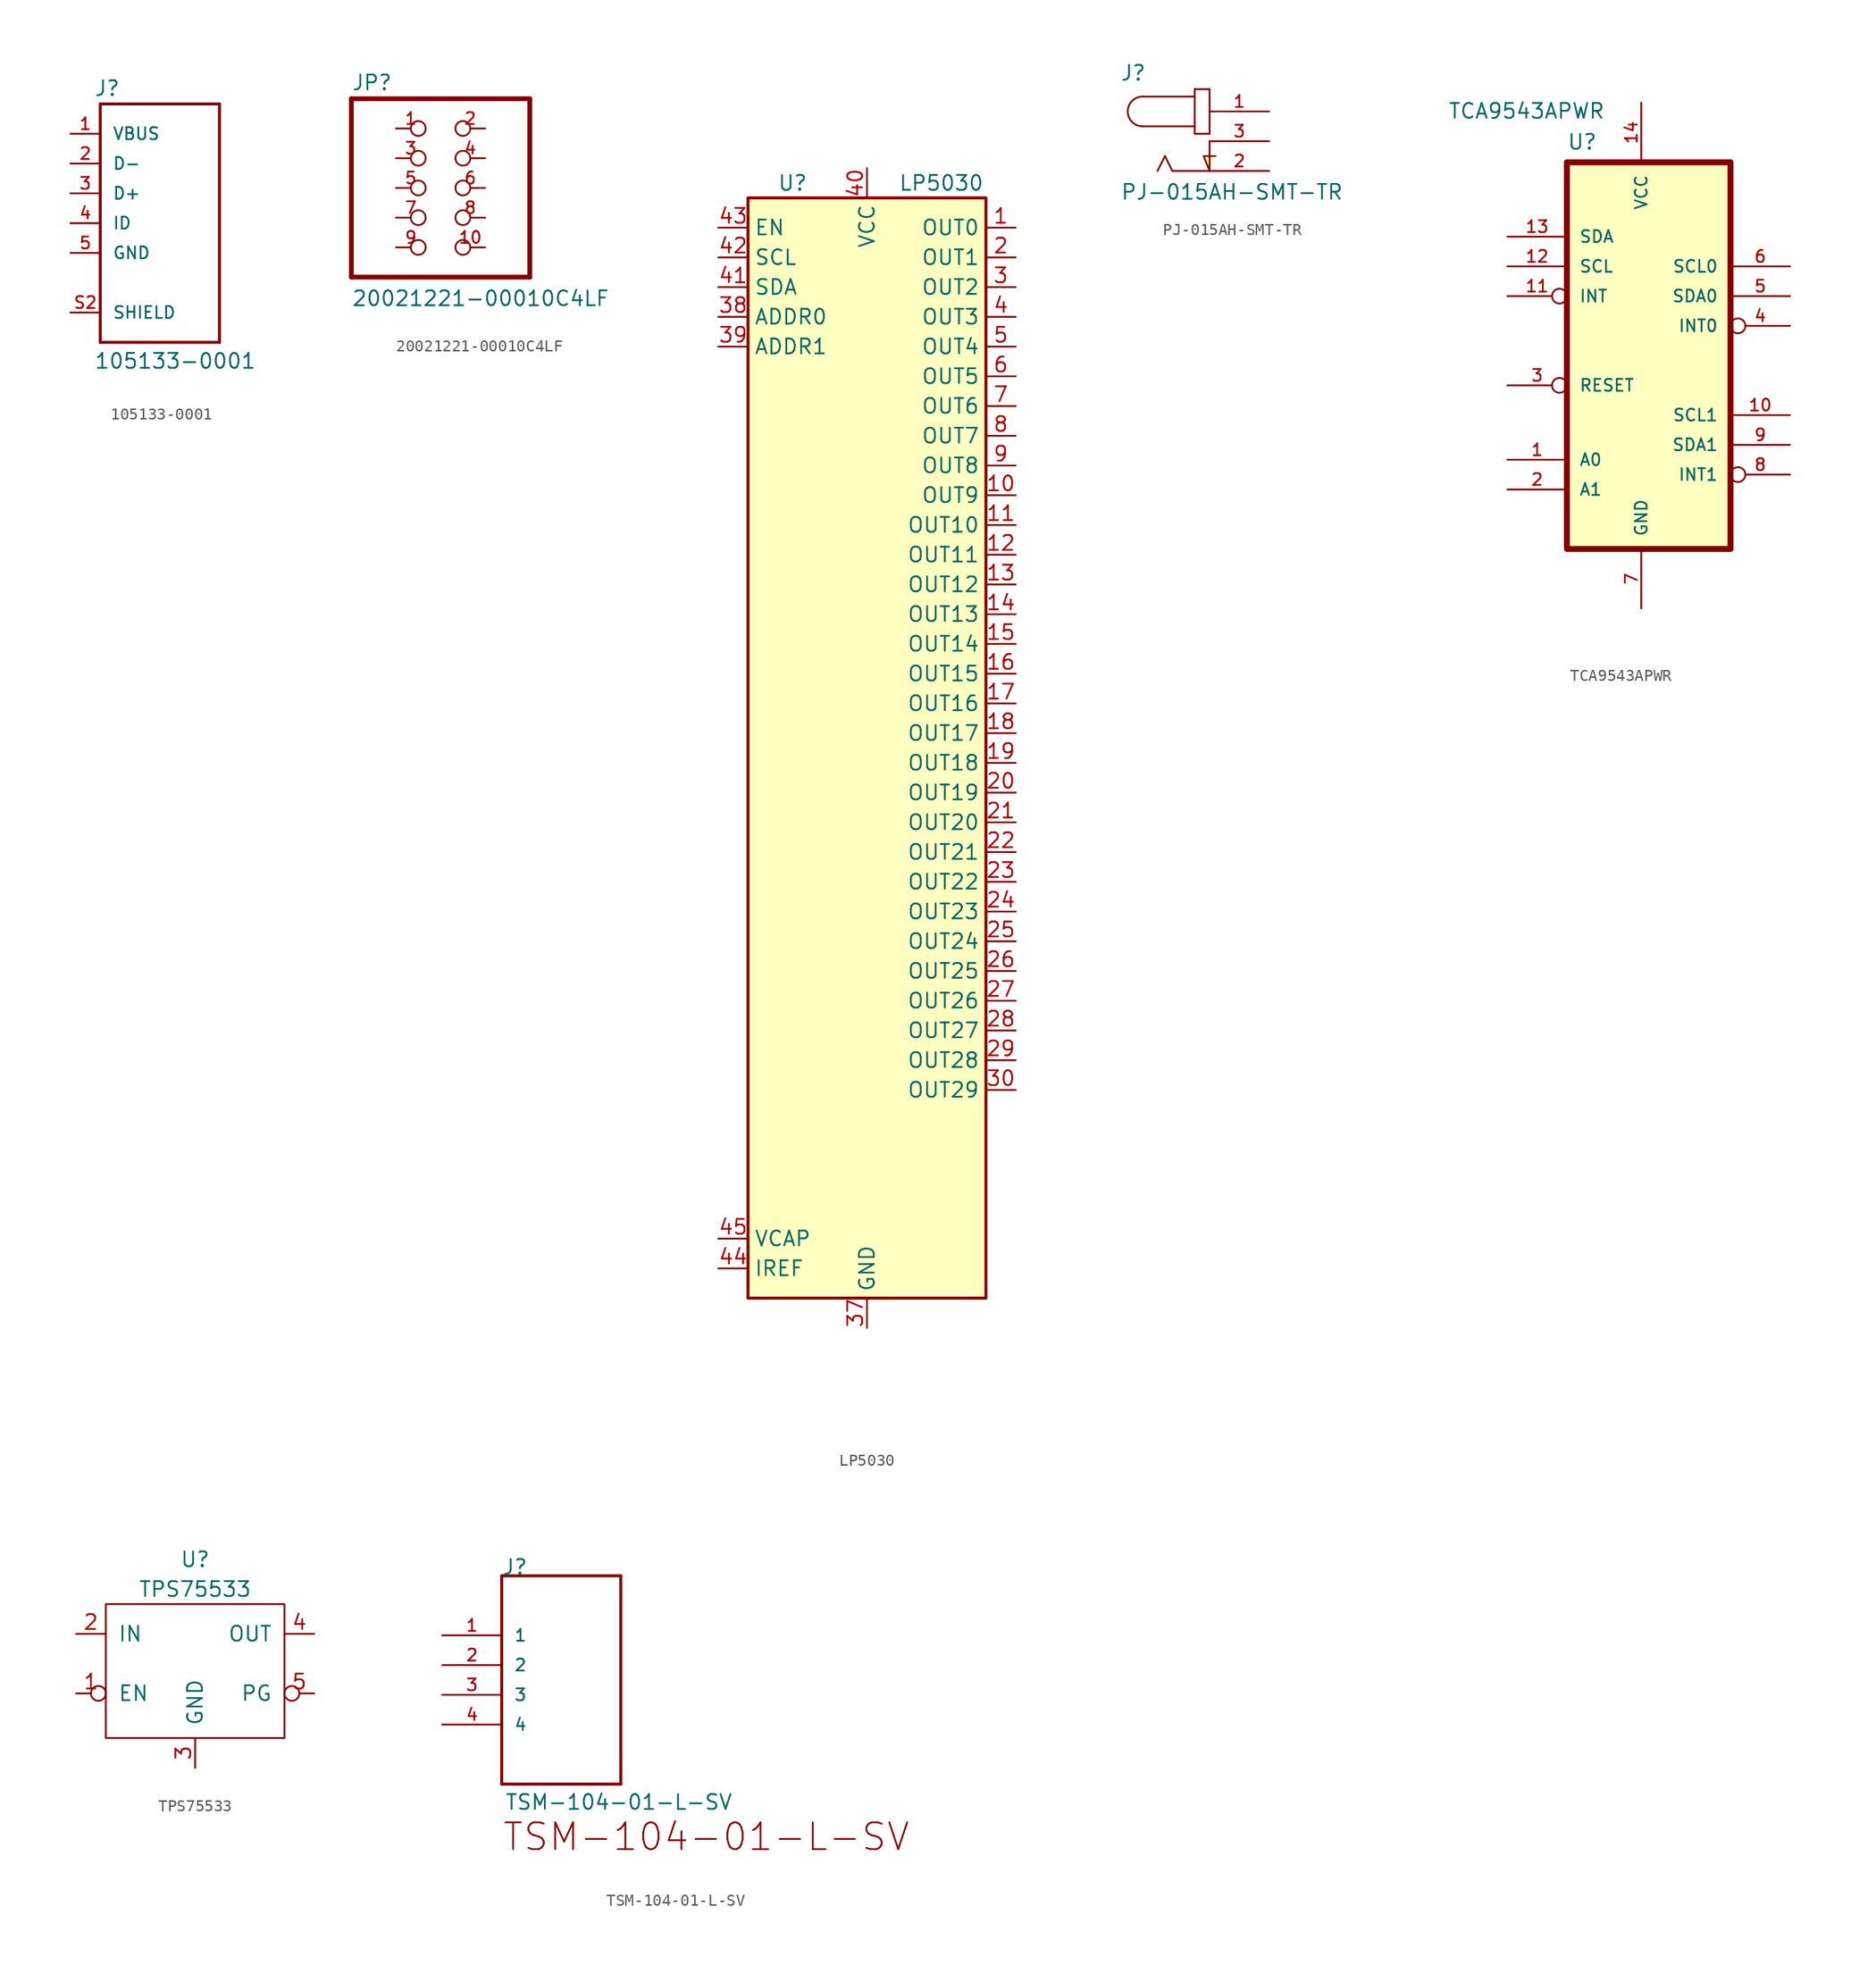
<source format=kicad_sym>
(kicad_symbol_lib
  (version 20241209)
  (generator "kicad_symbol_editor")
  (generator_version "9.0")
  (symbol "105133-0001"
    (pin_names
      (offset 1.016))
    (property "Reference" "J"
      (at -5.613 10.744 0)
      (effects (font (size 1.27 1.27)) (justify left bottom)))
    (property "Value" "105133-0001"
      (at -5.613 -12.497 0)
      (effects (font (size 1.27 1.27)) (justify left bottom)))
    (property "ki_locked" ""
      (at 0 0 0)
      (effects (font (size 1.27 1.27))))
    (symbol "105133-0001_0_0"
      (polyline (pts (xy -5.08 10.16) (xy 5.08 10.16)) (stroke (width 0.254) (type solid)) (fill (type none)))
      (polyline (pts (xy -5.08 -10.16) (xy -5.08 10.16)) (stroke (width 0.254) (type solid)) (fill (type none)))
      (polyline (pts (xy 5.08 10.16) (xy 5.08 -10.16)) (stroke (width 0.254) (type solid)) (fill (type none)))
      (polyline (pts (xy 5.08 -10.16) (xy -5.08 -10.16)) (stroke (width 0.254) (type solid)) (fill (type none)))
      (pin power_out line (at -7.62 7.62 0) (length 2.54) (name "VBUS" (effects (font (size 1.016 1.016)))) (number "1" (effects (font (size 1.016 1.016)))))
      (pin bidirectional line (at -7.62 5.08 0) (length 2.54) (name "D-" (effects (font (size 1.016 1.016)))) (number "2" (effects (font (size 1.016 1.016)))))
      (pin bidirectional line (at -7.62 2.54 0) (length 2.54) (name "D+" (effects (font (size 1.016 1.016)))) (number "3" (effects (font (size 1.016 1.016)))))
      (pin input line (at -7.62 0 0) (length 2.54) (name "ID" (effects (font (size 1.016 1.016)))) (number "4" (effects (font (size 1.016 1.016)))))
      (pin power_out line (at -7.62 -2.54 0) (length 2.54) (name "GND" (effects (font (size 1.016 1.016)))) (number "5" (effects (font (size 1.016 1.016)))))
      (pin unspecified line (at -7.62 -7.62 0) (length 2.54) (name "SHIELD" (effects (font (size 1.016 1.016)))) (number "S2" (effects (font (size 1.016 1.016)))))))
  (symbol "20021221-00010C4LF"
    (pin_names
      (offset 1.016)
      (hide yes))
    (property "Reference" "JP"
      (at -6.35 8.255 0)
      (effects (font (size 1.27 1.27)) (justify left bottom)))
    (property "Value" "20021221-00010C4LF"
      (at -6.35 -10.185 0)
      (effects (font (size 1.27 1.27)) (justify left bottom)))
    (symbol "20021221-00010C4LF_0_0"
      (polyline (pts (xy -6.35 7.62) (xy -6.35 -7.62)) (stroke (width 0.406) (type solid)) (fill (type none)))
      (polyline (pts (xy -6.35 -7.62) (xy 8.89 -7.62)) (stroke (width 0.406) (type solid)) (fill (type none)))
      (polyline (pts (xy 8.89 7.62) (xy -6.35 7.62)) (stroke (width 0.406) (type solid)) (fill (type none)))
      (polyline (pts (xy 8.89 -7.62) (xy 8.89 7.62)) (stroke (width 0.406) (type solid)) (fill (type none)))
      (pin passive inverted (at -2.54 5.08 0) (length 2.54) (name "~" (effects (font (size 1.016 1.016)))) (number "1" (effects (font (size 1.016 1.016)))))
      (pin passive inverted (at -2.54 2.54 0) (length 2.54) (name "~" (effects (font (size 1.016 1.016)))) (number "3" (effects (font (size 1.016 1.016)))))
      (pin passive inverted (at -2.54 0 0) (length 2.54) (name "~" (effects (font (size 1.016 1.016)))) (number "5" (effects (font (size 1.016 1.016)))))
      (pin passive inverted (at -2.54 -2.54 0) (length 2.54) (name "~" (effects (font (size 1.016 1.016)))) (number "7" (effects (font (size 1.016 1.016)))))
      (pin passive inverted (at -2.54 -5.08 0) (length 2.54) (name "~" (effects (font (size 1.016 1.016)))) (number "9" (effects (font (size 1.016 1.016)))))
      (pin passive inverted (at 5.08 5.08 180) (length 2.54) (name "~" (effects (font (size 1.016 1.016)))) (number "2" (effects (font (size 1.016 1.016)))))
      (pin passive inverted (at 5.08 2.54 180) (length 2.54) (name "~" (effects (font (size 1.016 1.016)))) (number "4" (effects (font (size 1.016 1.016)))))
      (pin passive inverted (at 5.08 0 180) (length 2.54) (name "~" (effects (font (size 1.016 1.016)))) (number "6" (effects (font (size 1.016 1.016)))))
      (pin passive inverted (at 5.08 -2.54 180) (length 2.54) (name "~" (effects (font (size 1.016 1.016)))) (number "8" (effects (font (size 1.016 1.016)))))
      (pin passive inverted (at 5.08 -5.08 180) (length 2.54) (name "~" (effects (font (size 1.016 1.016)))) (number "10" (effects (font (size 1.016 1.016)))))))
  (symbol "LP5030"
    (property "Reference" "U"
      (at -6.35 49.53 0)
      (effects (font (size 1.27 1.27))))
    (property "Value" "LP5030"
      (at 6.35 49.53 0)
      (effects (font (size 1.27 1.27))))
    (symbol "LP5030_0_1"
      (rectangle (start -10.16 48.26) (end 10.16 -45.72) (stroke (width 0.254) (type solid)) (fill (type background))))
    (symbol "LP5030_1_1"
      (pin input line (at -12.7 45.72 0) (length 2.54) (name "EN" (effects (font (size 1.27 1.27)))) (number "43" (effects (font (size 1.27 1.27)))))
      (pin input line (at -12.7 43.18 0) (length 2.54) (name "SCL" (effects (font (size 1.27 1.27)))) (number "42" (effects (font (size 1.27 1.27)))))
      (pin bidirectional line (at -12.7 40.64 0) (length 2.54) (name "SDA" (effects (font (size 1.27 1.27)))) (number "41" (effects (font (size 1.27 1.27)))))
      (pin input line (at -12.7 38.1 0) (length 2.54) (name "ADDR0" (effects (font (size 1.27 1.27)))) (number "38" (effects (font (size 1.27 1.27)))))
      (pin input line (at -12.7 35.56 0) (length 2.54) (name "ADDR1" (effects (font (size 1.27 1.27)))) (number "39" (effects (font (size 1.27 1.27)))))
      (pin passive line (at -12.7 -40.64 0) (length 2.54) (name "VCAP" (effects (font (size 1.27 1.27)))) (number "45" (effects (font (size 1.27 1.27)))))
      (pin passive line (at -12.7 -43.18 0) (length 2.54) (name "IREF" (effects (font (size 1.27 1.27)))) (number "44" (effects (font (size 1.27 1.27)))))
      (pin power_in line (at 0 50.8 270) (length 2.54) (name "VCC" (effects (font (size 1.27 1.27)))) (number "40" (effects (font (size 1.27 1.27)))))
      (pin power_in line (at 0 -48.26 90) (length 2.54) (name "GND" (effects (font (size 1.27 1.27)))) (number "37" (effects (font (size 1.27 1.27)))))
      (pin passive line (at 0 -48.26 90) (length 2.54) (hide yes) (name "GND" (effects (font (size 1.27 1.27)))) (number "46" (effects (font (size 1.27 1.27)))))
      (pin passive line (at 0 -48.26 90) (length 2.54) (hide yes) (name "GND" (effects (font (size 1.27 1.27)))) (number "47" (effects (font (size 1.27 1.27)))))
      (pin power_out line (at 12.7 45.72 180) (length 2.54) (name "OUT0" (effects (font (size 1.27 1.27)))) (number "1" (effects (font (size 1.27 1.27)))))
      (pin power_out line (at 12.7 43.18 180) (length 2.54) (name "OUT1" (effects (font (size 1.27 1.27)))) (number "2" (effects (font (size 1.27 1.27)))))
      (pin power_out line (at 12.7 40.64 180) (length 2.54) (name "OUT2" (effects (font (size 1.27 1.27)))) (number "3" (effects (font (size 1.27 1.27)))))
      (pin power_out line (at 12.7 38.1 180) (length 2.54) (name "OUT3" (effects (font (size 1.27 1.27)))) (number "4" (effects (font (size 1.27 1.27)))))
      (pin power_out line (at 12.7 35.56 180) (length 2.54) (name "OUT4" (effects (font (size 1.27 1.27)))) (number "5" (effects (font (size 1.27 1.27)))))
      (pin power_out line (at 12.7 33.02 180) (length 2.54) (name "OUT5" (effects (font (size 1.27 1.27)))) (number "6" (effects (font (size 1.27 1.27)))))
      (pin power_out line (at 12.7 30.48 180) (length 2.54) (name "OUT6" (effects (font (size 1.27 1.27)))) (number "7" (effects (font (size 1.27 1.27)))))
      (pin power_out line (at 12.7 27.94 180) (length 2.54) (name "OUT7" (effects (font (size 1.27 1.27)))) (number "8" (effects (font (size 1.27 1.27)))))
      (pin power_out line (at 12.7 25.4 180) (length 2.54) (name "OUT8" (effects (font (size 1.27 1.27)))) (number "9" (effects (font (size 1.27 1.27)))))
      (pin power_out line (at 12.7 22.86 180) (length 2.54) (name "OUT9" (effects (font (size 1.27 1.27)))) (number "10" (effects (font (size 1.27 1.27)))))
      (pin power_out line (at 12.7 20.32 180) (length 2.54) (name "OUT10" (effects (font (size 1.27 1.27)))) (number "11" (effects (font (size 1.27 1.27)))))
      (pin power_out line (at 12.7 17.78 180) (length 2.54) (name "OUT11" (effects (font (size 1.27 1.27)))) (number "12" (effects (font (size 1.27 1.27)))))
      (pin power_out line (at 12.7 15.24 180) (length 2.54) (name "OUT12" (effects (font (size 1.27 1.27)))) (number "13" (effects (font (size 1.27 1.27)))))
      (pin power_out line (at 12.7 12.7 180) (length 2.54) (name "OUT13" (effects (font (size 1.27 1.27)))) (number "14" (effects (font (size 1.27 1.27)))))
      (pin power_out line (at 12.7 10.16 180) (length 2.54) (name "OUT14" (effects (font (size 1.27 1.27)))) (number "15" (effects (font (size 1.27 1.27)))))
      (pin power_out line (at 12.7 7.62 180) (length 2.54) (name "OUT15" (effects (font (size 1.27 1.27)))) (number "16" (effects (font (size 1.27 1.27)))))
      (pin power_out line (at 12.7 5.08 180) (length 2.54) (name "OUT16" (effects (font (size 1.27 1.27)))) (number "17" (effects (font (size 1.27 1.27)))))
      (pin power_out line (at 12.7 2.54 180) (length 2.54) (name "OUT17" (effects (font (size 1.27 1.27)))) (number "18" (effects (font (size 1.27 1.27)))))
      (pin power_out line (at 12.7 0 180) (length 2.54) (name "OUT18" (effects (font (size 1.27 1.27)))) (number "19" (effects (font (size 1.27 1.27)))))
      (pin power_out line (at 12.7 -2.54 180) (length 2.54) (name "OUT19" (effects (font (size 1.27 1.27)))) (number "20" (effects (font (size 1.27 1.27)))))
      (pin power_out line (at 12.7 -5.08 180) (length 2.54) (name "OUT20" (effects (font (size 1.27 1.27)))) (number "21" (effects (font (size 1.27 1.27)))))
      (pin power_out line (at 12.7 -7.62 180) (length 2.54) (name "OUT21" (effects (font (size 1.27 1.27)))) (number "22" (effects (font (size 1.27 1.27)))))
      (pin power_out line (at 12.7 -10.16 180) (length 2.54) (name "OUT22" (effects (font (size 1.27 1.27)))) (number "23" (effects (font (size 1.27 1.27)))))
      (pin power_out line (at 12.7 -12.7 180) (length 2.54) (name "OUT23" (effects (font (size 1.27 1.27)))) (number "24" (effects (font (size 1.27 1.27)))))
      (pin power_out line (at 12.7 -15.24 180) (length 2.54) (name "OUT24" (effects (font (size 1.27 1.27)))) (number "25" (effects (font (size 1.27 1.27)))))
      (pin power_out line (at 12.7 -17.78 180) (length 2.54) (name "OUT25" (effects (font (size 1.27 1.27)))) (number "26" (effects (font (size 1.27 1.27)))))
      (pin power_out line (at 12.7 -20.32 180) (length 2.54) (name "OUT26" (effects (font (size 1.27 1.27)))) (number "27" (effects (font (size 1.27 1.27)))))
      (pin power_out line (at 12.7 -22.86 180) (length 2.54) (name "OUT27" (effects (font (size 1.27 1.27)))) (number "28" (effects (font (size 1.27 1.27)))))
      (pin power_out line (at 12.7 -25.4 180) (length 2.54) (name "OUT28" (effects (font (size 1.27 1.27)))) (number "29" (effects (font (size 1.27 1.27)))))
      (pin power_out line (at 12.7 -27.94 180) (length 2.54) (name "OUT29" (effects (font (size 1.27 1.27)))) (number "30" (effects (font (size 1.27 1.27)))))))
  (symbol "PJ-015AH-SMT-TR"
    (pin_names
      (offset 1.016)
      (hide yes))
    (property "Reference" "J"
      (at -7.645 5.08 0)
      (effects (font (size 1.27 1.27)) (justify left bottom)))
    (property "Value" "PJ-015AH-SMT-TR"
      (at -7.62 -5.08 0)
      (effects (font (size 1.27 1.27)) (justify left bottom)))
    (symbol "PJ-015AH-SMT-TR_0_0"
      (polyline (pts (xy -5.715 3.81) (xy -1.27 3.81)) (stroke (width 0.152) (type solid)) (fill (type none)))
      (arc (start -5.715 1.27) (mid -6.985 2.54) (end -5.715 3.81) (stroke (width 0.1524) (type solid)) (fill (type none)))
      (polyline (pts (xy -3.81 -1.27) (xy -4.445 -2.54)) (stroke (width 0.152) (type solid)) (fill (type none)))
      (polyline (pts (xy -3.175 -2.54) (xy -3.81 -1.27)) (stroke (width 0.152) (type solid)) (fill (type none)))
      (polyline (pts (xy -1.27 4.445) (xy -1.27 3.81)) (stroke (width 0.152) (type solid)) (fill (type none)))
      (polyline (pts (xy -1.27 3.81) (xy -1.27 1.27)) (stroke (width 0.152) (type solid)) (fill (type none)))
      (polyline (pts (xy -1.27 1.27) (xy -5.715 1.27)) (stroke (width 0.152) (type solid)) (fill (type none)))
      (polyline (pts (xy -1.27 1.27) (xy -1.27 0.635)) (stroke (width 0.152) (type solid)) (fill (type none)))
      (polyline (pts (xy -1.27 0.635) (xy 0 0.635)) (stroke (width 0.152) (type solid)) (fill (type none)))
      (polyline (pts (xy 0 4.445) (xy -1.27 4.445)) (stroke (width 0.152) (type solid)) (fill (type none)))
      (polyline (pts (xy 0 0.635) (xy 0 4.445)) (stroke (width 0.152) (type solid)) (fill (type none)))
      (polyline (pts (xy 0 0) (xy 0 -2.54)) (stroke (width 0.152) (type solid)) (fill (type none)))
      (polyline (pts (xy 0 -2.54) (xy -3.175 -2.54)) (stroke (width 0.152) (type solid)) (fill (type none)))
      (polyline (pts (xy 0 -2.54) (xy -0.508 -1.27) (xy 0.508 -1.27)) (stroke (width 0.152) (type solid)) (fill (type background)))
      (pin passive line (at 5.08 2.54 180) (length 5.08) (name "~" (effects (font (size 1.016 1.016)))) (number "1" (effects (font (size 1.016 1.016)))))
      (pin passive line (at 5.08 0 180) (length 5.08) (name "~" (effects (font (size 1.016 1.016)))) (number "3" (effects (font (size 1.016 1.016)))))
      (pin passive line (at 5.08 -2.54 180) (length 5.08) (name "~" (effects (font (size 1.016 1.016)))) (number "2" (effects (font (size 1.016 1.016)))))))
  (symbol "TCA9543APWR"
    (pin_names
      (offset 1.016))
    (property "Reference" "U"
      (at -6.35 17.501 0)
      (effects (font (size 1.27 1.27)) (justify left bottom)))
    (property "Value" "TCA9543APWR"
      (at -16.51 20.142 0)
      (effects (font (size 1.27 1.27)) (justify left bottom)))
    (symbol "TCA9543APWR_0_0"
      (pin bidirectional line (at -11.43 10.16 0) (length 5.08) (name "SDA" (effects (font (size 1.016 1.016)))) (number "13" (effects (font (size 1.016 1.016)))))
      (pin bidirectional line (at -11.43 7.62 0) (length 5.08) (name "SCL" (effects (font (size 1.016 1.016)))) (number "12" (effects (font (size 1.016 1.016)))))
      (pin output inverted (at -11.43 5.08 0) (length 5.08) (name "INT" (effects (font (size 1.016 1.016)))) (number "11" (effects (font (size 1.016 1.016)))))
      (pin input inverted (at -11.43 -2.54 0) (length 5.08) (name "RESET" (effects (font (size 1.016 1.016)))) (number "3" (effects (font (size 1.016 1.016)))))
      (pin input line (at -11.43 -8.89 0) (length 5.08) (name "A0" (effects (font (size 1.016 1.016)))) (number "1" (effects (font (size 1.016 1.016)))))
      (pin input line (at -11.43 -11.43 0) (length 5.08) (name "A1" (effects (font (size 1.016 1.016)))) (number "2" (effects (font (size 1.016 1.016)))))
      (pin power_in line (at 0 21.59 270) (length 5.08) (name "VCC" (effects (font (size 1.016 1.016)))) (number "14" (effects (font (size 1.016 1.016)))))
      (pin power_in line (at 0 -21.59 90) (length 5.08) (name "GND" (effects (font (size 1.016 1.016)))) (number "7" (effects (font (size 1.016 1.016)))))
      (pin bidirectional line (at 12.7 7.62 180) (length 5.08) (name "SCL0" (effects (font (size 1.016 1.016)))) (number "6" (effects (font (size 1.016 1.016)))))
      (pin bidirectional line (at 12.7 5.08 180) (length 5.08) (name "SDA0" (effects (font (size 1.016 1.016)))) (number "5" (effects (font (size 1.016 1.016)))))
      (pin input inverted (at 12.7 2.54 180) (length 5.08) (name "INT0" (effects (font (size 1.016 1.016)))) (number "4" (effects (font (size 1.016 1.016)))))
      (pin bidirectional line (at 12.7 -5.08 180) (length 5.08) (name "SCL1" (effects (font (size 1.016 1.016)))) (number "10" (effects (font (size 1.016 1.016)))))
      (pin bidirectional line (at 12.7 -7.62 180) (length 5.08) (name "SDA1" (effects (font (size 1.016 1.016)))) (number "9" (effects (font (size 1.016 1.016)))))
      (pin input inverted (at 12.7 -10.16 180) (length 5.08) (name "INT1" (effects (font (size 1.016 1.016)))) (number "8" (effects (font (size 1.016 1.016))))))
    (symbol "TCA9543APWR_1_1"
      (rectangle (start -6.35 16.51) (end 7.62 -16.51) (stroke (width 0.508) (type solid)) (fill (type background)))))
  (symbol "TPS75533"
    (pin_names
      (offset 1.016))
    (property "Reference" "U"
      (at 0 1.27 0)
      (effects (font (size 1.27 1.27))))
    (property "Value" "TPS75533"
      (at 0 -1.27 0)
      (effects (font (size 1.27 1.27))))
    (symbol "TPS75533_0_1"
      (rectangle (start -7.62 -2.54) (end 7.62 -13.97) (stroke (width 0) (type solid)) (fill (type none))))
    (symbol "TPS75533_1_1"
      (pin power_in line (at -10.16 -5.08 0) (length 2.54) (name "IN" (effects (font (size 1.27 1.27)))) (number "2" (effects (font (size 1.27 1.27)))))
      (pin input inverted (at -10.16 -10.16 0) (length 2.54) (name "EN" (effects (font (size 1.27 1.27)))) (number "1" (effects (font (size 1.27 1.27)))))
      (pin passive line (at 0 -16.51 90) (length 2.54) (name "GND" (effects (font (size 1.27 1.27)))) (number "3" (effects (font (size 1.27 1.27)))))
      (pin power_out line (at 10.16 -5.08 180) (length 2.54) (name "OUT" (effects (font (size 1.27 1.27)))) (number "4" (effects (font (size 1.27 1.27)))))
      (pin output inverted (at 10.16 -10.16 180) (length 2.54) (name "PG" (effects (font (size 1.27 1.27)))) (number "5" (effects (font (size 1.27 1.27)))))))
  (symbol "TSM-104-01-L-SV"
    (pin_names
      (offset 1.016))
    (property "Reference" "J"
      (at 0 5.08 0)
      (effects (font (size 1.27 1.27)) (justify left bottom)))
    (property "Value" "TSM-104-01-L-SV"
      (at 0.254 -14.986 0)
      (effects (font (size 1.27 1.27)) (justify left bottom)))
    (symbol "TSM-104-01-L-SV_0_0"
      (polyline (pts (xy 0 5.08) (xy 10.16 5.08)) (stroke (width 0.254) (type solid)) (fill (type none)))
      (polyline (pts (xy 0 -12.7) (xy 0 5.08)) (stroke (width 0.254) (type solid)) (fill (type none)))
      (polyline (pts (xy 10.16 5.08) (xy 10.16 -12.7)) (stroke (width 0.254) (type solid)) (fill (type none)))
      (polyline (pts (xy 10.16 -12.7) (xy 0 -12.7)) (stroke (width 0.254) (type solid)) (fill (type none)))
      (text "TSM-104-01-L-SV" (at 0 -18.542 0) (effects (font (size 2.286 2.286)) (justify left bottom)))
      (pin bidirectional line (at -5.08 0 0) (length 5.08) (name "1" (effects (font (size 1.016 1.016)))) (number "1" (effects (font (size 1.016 1.016)))))
      (pin bidirectional line (at -5.08 -2.54 0) (length 5.08) (name "2" (effects (font (size 1.016 1.016)))) (number "2" (effects (font (size 1.016 1.016)))))
      (pin bidirectional line (at -5.08 -5.08 0) (length 5.08) (name "3" (effects (font (size 1.016 1.016)))) (number "3" (effects (font (size 1.016 1.016)))))
      (pin bidirectional line (at -5.08 -7.62 0) (length 5.08) (name "4" (effects (font (size 1.016 1.016)))) (number "4" (effects (font (size 1.016 1.016))))))))
</source>
